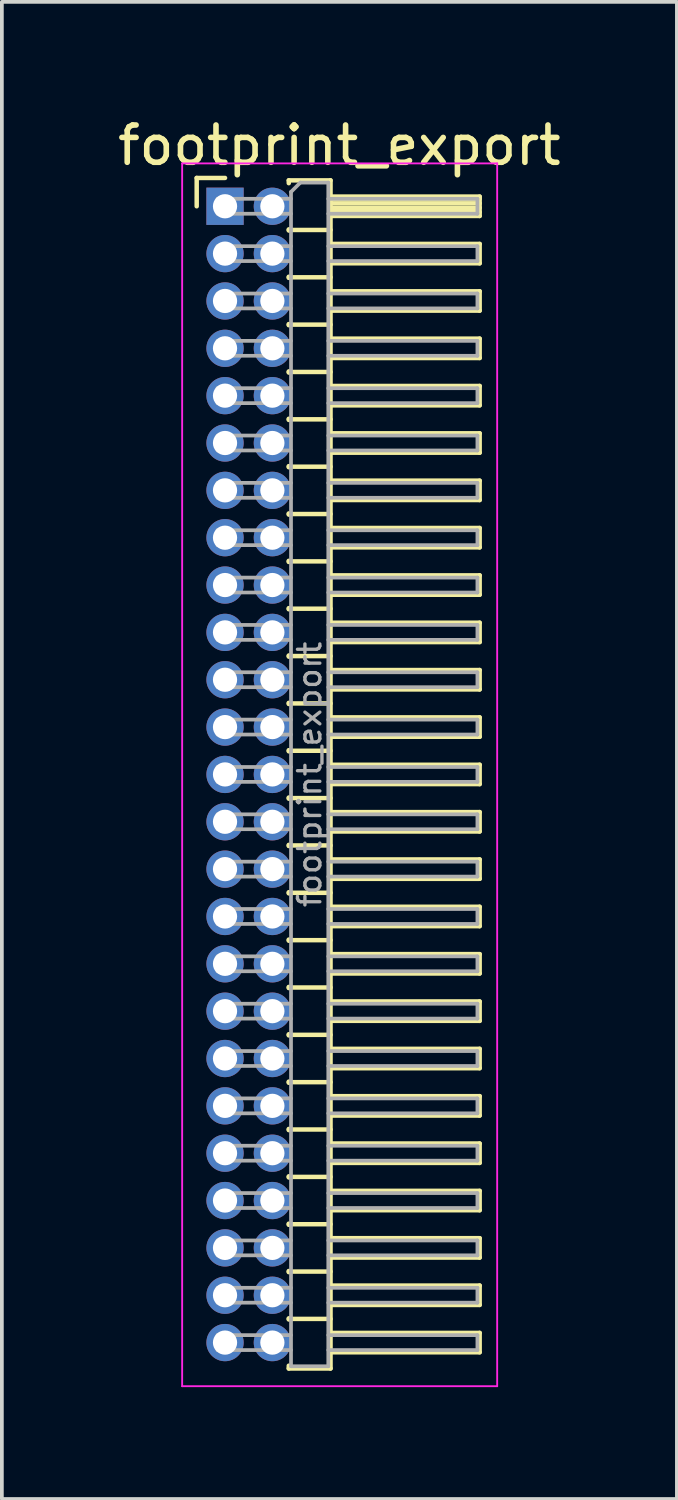
<source format=kicad_pcb>
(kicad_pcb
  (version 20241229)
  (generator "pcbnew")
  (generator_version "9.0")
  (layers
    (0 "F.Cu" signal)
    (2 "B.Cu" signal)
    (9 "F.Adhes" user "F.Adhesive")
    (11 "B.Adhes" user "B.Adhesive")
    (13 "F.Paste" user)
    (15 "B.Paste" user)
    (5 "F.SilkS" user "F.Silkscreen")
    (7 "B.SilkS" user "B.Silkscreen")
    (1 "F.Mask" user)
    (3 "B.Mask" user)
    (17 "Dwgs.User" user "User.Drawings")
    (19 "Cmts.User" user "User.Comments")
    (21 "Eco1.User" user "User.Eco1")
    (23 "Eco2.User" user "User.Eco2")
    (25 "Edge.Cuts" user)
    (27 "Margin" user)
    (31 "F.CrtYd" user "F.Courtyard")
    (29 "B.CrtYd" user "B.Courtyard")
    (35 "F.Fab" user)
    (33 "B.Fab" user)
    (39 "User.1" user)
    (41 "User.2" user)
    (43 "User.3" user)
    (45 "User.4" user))
  (footprint "footprint_export"
    (layer "F.Cu")
    (at 2.986 2.483)
    (property "Reference" "footprint_export" (at 3.067 -1.635 0) (layer "F.SilkS") (effects (font (size 1 1) (thickness 0.15))))
    (attr through_hole)
    (fp_line (start -0.76 -0.76) (end 0 -0.76) (stroke (width 0.12) (type solid)) (layer "F.SilkS"))
    (fp_line (start -0.76 0) (end -0.76 -0.76) (stroke (width 0.12) (type solid)) (layer "F.SilkS"))
    (fp_line (start 1.71 -0.695) (end 2.83 -0.695) (stroke (width 0.12) (type solid)) (layer "F.SilkS"))
    (fp_line (start 1.71 -0.62) (end 1.71 -0.695) (stroke (width 0.12) (type solid)) (layer "F.SilkS"))
    (fp_line (start 1.71 0.62) (end 1.71 0.65) (stroke (width 0.12) (type solid)) (layer "F.SilkS"))
    (fp_line (start 1.71 0.635) (end 2.83 0.635) (stroke (width 0.12) (type solid)) (layer "F.SilkS"))
    (fp_line (start 1.71 1.89) (end 1.71 1.92) (stroke (width 0.12) (type solid)) (layer "F.SilkS"))
    (fp_line (start 1.71 1.905) (end 2.83 1.905) (stroke (width 0.12) (type solid)) (layer "F.SilkS"))
    (fp_line (start 1.71 3.16) (end 1.71 3.19) (stroke (width 0.12) (type solid)) (layer "F.SilkS"))
    (fp_line (start 1.71 3.175) (end 2.83 3.175) (stroke (width 0.12) (type solid)) (layer "F.SilkS"))
    (fp_line (start 1.71 4.43) (end 1.71 4.46) (stroke (width 0.12) (type solid)) (layer "F.SilkS"))
    (fp_line (start 1.71 4.445) (end 2.83 4.445) (stroke (width 0.12) (type solid)) (layer "F.SilkS"))
    (fp_line (start 1.71 5.7) (end 1.71 5.73) (stroke (width 0.12) (type solid)) (layer "F.SilkS"))
    (fp_line (start 1.71 5.715) (end 2.83 5.715) (stroke (width 0.12) (type solid)) (layer "F.SilkS"))
    (fp_line (start 1.71 6.97) (end 1.71 7) (stroke (width 0.12) (type solid)) (layer "F.SilkS"))
    (fp_line (start 1.71 6.985) (end 2.83 6.985) (stroke (width 0.12) (type solid)) (layer "F.SilkS"))
    (fp_line (start 1.71 8.24) (end 1.71 8.27) (stroke (width 0.12) (type solid)) (layer "F.SilkS"))
    (fp_line (start 1.71 8.255) (end 2.83 8.255) (stroke (width 0.12) (type solid)) (layer "F.SilkS"))
    (fp_line (start 1.71 9.51) (end 1.71 9.54) (stroke (width 0.12) (type solid)) (layer "F.SilkS"))
    (fp_line (start 1.71 9.525) (end 2.83 9.525) (stroke (width 0.12) (type solid)) (layer "F.SilkS"))
    (fp_line (start 1.71 10.78) (end 1.71 10.81) (stroke (width 0.12) (type solid)) (layer "F.SilkS"))
    (fp_line (start 1.71 10.795) (end 2.83 10.795) (stroke (width 0.12) (type solid)) (layer "F.SilkS"))
    (fp_line (start 1.71 12.05) (end 1.71 12.08) (stroke (width 0.12) (type solid)) (layer "F.SilkS"))
    (fp_line (start 1.71 12.065) (end 2.83 12.065) (stroke (width 0.12) (type solid)) (layer "F.SilkS"))
    (fp_line (start 1.71 13.32) (end 1.71 13.35) (stroke (width 0.12) (type solid)) (layer "F.SilkS"))
    (fp_line (start 1.71 13.335) (end 2.83 13.335) (stroke (width 0.12) (type solid)) (layer "F.SilkS"))
    (fp_line (start 1.71 14.59) (end 1.71 14.62) (stroke (width 0.12) (type solid)) (layer "F.SilkS"))
    (fp_line (start 1.71 14.605) (end 2.83 14.605) (stroke (width 0.12) (type solid)) (layer "F.SilkS"))
    (fp_line (start 1.71 15.86) (end 1.71 15.89) (stroke (width 0.12) (type solid)) (layer "F.SilkS"))
    (fp_line (start 1.71 15.875) (end 2.83 15.875) (stroke (width 0.12) (type solid)) (layer "F.SilkS"))
    (fp_line (start 1.71 17.13) (end 1.71 17.16) (stroke (width 0.12) (type solid)) (layer "F.SilkS"))
    (fp_line (start 1.71 17.145) (end 2.83 17.145) (stroke (width 0.12) (type solid)) (layer "F.SilkS"))
    (fp_line (start 1.71 18.4) (end 1.71 18.43) (stroke (width 0.12) (type solid)) (layer "F.SilkS"))
    (fp_line (start 1.71 18.415) (end 2.83 18.415) (stroke (width 0.12) (type solid)) (layer "F.SilkS"))
    (fp_line (start 1.71 19.67) (end 1.71 19.7) (stroke (width 0.12) (type solid)) (layer "F.SilkS"))
    (fp_line (start 1.71 19.685) (end 2.83 19.685) (stroke (width 0.12) (type solid)) (layer "F.SilkS"))
    (fp_line (start 1.71 20.94) (end 1.71 20.97) (stroke (width 0.12) (type solid)) (layer "F.SilkS"))
    (fp_line (start 1.71 20.955) (end 2.83 20.955) (stroke (width 0.12) (type solid)) (layer "F.SilkS"))
    (fp_line (start 1.71 22.21) (end 1.71 22.24) (stroke (width 0.12) (type solid)) (layer "F.SilkS"))
    (fp_line (start 1.71 22.225) (end 2.83 22.225) (stroke (width 0.12) (type solid)) (layer "F.SilkS"))
    (fp_line (start 1.71 23.48) (end 1.71 23.51) (stroke (width 0.12) (type solid)) (layer "F.SilkS"))
    (fp_line (start 1.71 23.495) (end 2.83 23.495) (stroke (width 0.12) (type solid)) (layer "F.SilkS"))
    (fp_line (start 1.71 24.75) (end 1.71 24.78) (stroke (width 0.12) (type solid)) (layer "F.SilkS"))
    (fp_line (start 1.71 24.765) (end 2.83 24.765) (stroke (width 0.12) (type solid)) (layer "F.SilkS"))
    (fp_line (start 1.71 26.02) (end 1.71 26.05) (stroke (width 0.12) (type solid)) (layer "F.SilkS"))
    (fp_line (start 1.71 26.035) (end 2.83 26.035) (stroke (width 0.12) (type solid)) (layer "F.SilkS"))
    (fp_line (start 1.71 27.29) (end 1.71 27.32) (stroke (width 0.12) (type solid)) (layer "F.SilkS"))
    (fp_line (start 1.71 27.305) (end 2.83 27.305) (stroke (width 0.12) (type solid)) (layer "F.SilkS"))
    (fp_line (start 1.71 28.56) (end 1.71 28.59) (stroke (width 0.12) (type solid)) (layer "F.SilkS"))
    (fp_line (start 1.71 28.575) (end 2.83 28.575) (stroke (width 0.12) (type solid)) (layer "F.SilkS"))
    (fp_line (start 1.71 29.83) (end 1.71 29.86) (stroke (width 0.12) (type solid)) (layer "F.SilkS"))
    (fp_line (start 1.71 29.845) (end 2.83 29.845) (stroke (width 0.12) (type solid)) (layer "F.SilkS"))
    (fp_line (start 1.71 31.175) (end 1.71 31.1) (stroke (width 0.12) (type solid)) (layer "F.SilkS"))
    (fp_line (start 2.83 -0.695) (end 2.83 31.175) (stroke (width 0.12) (type solid)) (layer "F.SilkS"))
    (fp_line (start 2.83 -0.26) (end 6.83 -0.26) (stroke (width 0.12) (type solid)) (layer "F.SilkS"))
    (fp_line (start 2.83 -0.2) (end 6.83 -0.2) (stroke (width 0.12) (type solid)) (layer "F.SilkS"))
    (fp_line (start 2.83 -0.08) (end 6.83 -0.08) (stroke (width 0.12) (type solid)) (layer "F.SilkS"))
    (fp_line (start 2.83 0.04) (end 6.83 0.04) (stroke (width 0.12) (type solid)) (layer "F.SilkS"))
    (fp_line (start 2.83 0.16) (end 6.83 0.16) (stroke (width 0.12) (type solid)) (layer "F.SilkS"))
    (fp_line (start 2.83 1.01) (end 6.83 1.01) (stroke (width 0.12) (type solid)) (layer "F.SilkS"))
    (fp_line (start 2.83 2.28) (end 6.83 2.28) (stroke (width 0.12) (type solid)) (layer "F.SilkS"))
    (fp_line (start 2.83 3.55) (end 6.83 3.55) (stroke (width 0.12) (type solid)) (layer "F.SilkS"))
    (fp_line (start 2.83 4.82) (end 6.83 4.82) (stroke (width 0.12) (type solid)) (layer "F.SilkS"))
    (fp_line (start 2.83 6.09) (end 6.83 6.09) (stroke (width 0.12) (type solid)) (layer "F.SilkS"))
    (fp_line (start 2.83 7.36) (end 6.83 7.36) (stroke (width 0.12) (type solid)) (layer "F.SilkS"))
    (fp_line (start 2.83 8.63) (end 6.83 8.63) (stroke (width 0.12) (type solid)) (layer "F.SilkS"))
    (fp_line (start 2.83 9.9) (end 6.83 9.9) (stroke (width 0.12) (type solid)) (layer "F.SilkS"))
    (fp_line (start 2.83 11.17) (end 6.83 11.17) (stroke (width 0.12) (type solid)) (layer "F.SilkS"))
    (fp_line (start 2.83 12.44) (end 6.83 12.44) (stroke (width 0.12) (type solid)) (layer "F.SilkS"))
    (fp_line (start 2.83 13.71) (end 6.83 13.71) (stroke (width 0.12) (type solid)) (layer "F.SilkS"))
    (fp_line (start 2.83 14.98) (end 6.83 14.98) (stroke (width 0.12) (type solid)) (layer "F.SilkS"))
    (fp_line (start 2.83 16.25) (end 6.83 16.25) (stroke (width 0.12) (type solid)) (layer "F.SilkS"))
    (fp_line (start 2.83 17.52) (end 6.83 17.52) (stroke (width 0.12) (type solid)) (layer "F.SilkS"))
    (fp_line (start 2.83 18.79) (end 6.83 18.79) (stroke (width 0.12) (type solid)) (layer "F.SilkS"))
    (fp_line (start 2.83 20.06) (end 6.83 20.06) (stroke (width 0.12) (type solid)) (layer "F.SilkS"))
    (fp_line (start 2.83 21.33) (end 6.83 21.33) (stroke (width 0.12) (type solid)) (layer "F.SilkS"))
    (fp_line (start 2.83 22.6) (end 6.83 22.6) (stroke (width 0.12) (type solid)) (layer "F.SilkS"))
    (fp_line (start 2.83 23.87) (end 6.83 23.87) (stroke (width 0.12) (type solid)) (layer "F.SilkS"))
    (fp_line (start 2.83 25.14) (end 6.83 25.14) (stroke (width 0.12) (type solid)) (layer "F.SilkS"))
    (fp_line (start 2.83 26.41) (end 6.83 26.41) (stroke (width 0.12) (type solid)) (layer "F.SilkS"))
    (fp_line (start 2.83 27.68) (end 6.83 27.68) (stroke (width 0.12) (type solid)) (layer "F.SilkS"))
    (fp_line (start 2.83 28.95) (end 6.83 28.95) (stroke (width 0.12) (type solid)) (layer "F.SilkS"))
    (fp_line (start 2.83 30.22) (end 6.83 30.22) (stroke (width 0.12) (type solid)) (layer "F.SilkS"))
    (fp_line (start 2.83 31.175) (end 1.71 31.175) (stroke (width 0.12) (type solid)) (layer "F.SilkS"))
    (fp_line (start 6.83 -0.26) (end 6.83 0.26) (stroke (width 0.12) (type solid)) (layer "F.SilkS"))
    (fp_line (start 6.83 0.26) (end 2.83 0.26) (stroke (width 0.12) (type solid)) (layer "F.SilkS"))
    (fp_line (start 6.83 1.01) (end 6.83 1.53) (stroke (width 0.12) (type solid)) (layer "F.SilkS"))
    (fp_line (start 6.83 1.53) (end 2.83 1.53) (stroke (width 0.12) (type solid)) (layer "F.SilkS"))
    (fp_line (start 6.83 2.28) (end 6.83 2.8) (stroke (width 0.12) (type solid)) (layer "F.SilkS"))
    (fp_line (start 6.83 2.8) (end 2.83 2.8) (stroke (width 0.12) (type solid)) (layer "F.SilkS"))
    (fp_line (start 6.83 3.55) (end 6.83 4.07) (stroke (width 0.12) (type solid)) (layer "F.SilkS"))
    (fp_line (start 6.83 4.07) (end 2.83 4.07) (stroke (width 0.12) (type solid)) (layer "F.SilkS"))
    (fp_line (start 6.83 4.82) (end 6.83 5.34) (stroke (width 0.12) (type solid)) (layer "F.SilkS"))
    (fp_line (start 6.83 5.34) (end 2.83 5.34) (stroke (width 0.12) (type solid)) (layer "F.SilkS"))
    (fp_line (start 6.83 6.09) (end 6.83 6.61) (stroke (width 0.12) (type solid)) (layer "F.SilkS"))
    (fp_line (start 6.83 6.61) (end 2.83 6.61) (stroke (width 0.12) (type solid)) (layer "F.SilkS"))
    (fp_line (start 6.83 7.36) (end 6.83 7.88) (stroke (width 0.12) (type solid)) (layer "F.SilkS"))
    (fp_line (start 6.83 7.88) (end 2.83 7.88) (stroke (width 0.12) (type solid)) (layer "F.SilkS"))
    (fp_line (start 6.83 8.63) (end 6.83 9.15) (stroke (width 0.12) (type solid)) (layer "F.SilkS"))
    (fp_line (start 6.83 9.15) (end 2.83 9.15) (stroke (width 0.12) (type solid)) (layer "F.SilkS"))
    (fp_line (start 6.83 9.9) (end 6.83 10.42) (stroke (width 0.12) (type solid)) (layer "F.SilkS"))
    (fp_line (start 6.83 10.42) (end 2.83 10.42) (stroke (width 0.12) (type solid)) (layer "F.SilkS"))
    (fp_line (start 6.83 11.17) (end 6.83 11.69) (stroke (width 0.12) (type solid)) (layer "F.SilkS"))
    (fp_line (start 6.83 11.69) (end 2.83 11.69) (stroke (width 0.12) (type solid)) (layer "F.SilkS"))
    (fp_line (start 6.83 12.44) (end 6.83 12.96) (stroke (width 0.12) (type solid)) (layer "F.SilkS"))
    (fp_line (start 6.83 12.96) (end 2.83 12.96) (stroke (width 0.12) (type solid)) (layer "F.SilkS"))
    (fp_line (start 6.83 13.71) (end 6.83 14.23) (stroke (width 0.12) (type solid)) (layer "F.SilkS"))
    (fp_line (start 6.83 14.23) (end 2.83 14.23) (stroke (width 0.12) (type solid)) (layer "F.SilkS"))
    (fp_line (start 6.83 14.98) (end 6.83 15.5) (stroke (width 0.12) (type solid)) (layer "F.SilkS"))
    (fp_line (start 6.83 15.5) (end 2.83 15.5) (stroke (width 0.12) (type solid)) (layer "F.SilkS"))
    (fp_line (start 6.83 16.25) (end 6.83 16.77) (stroke (width 0.12) (type solid)) (layer "F.SilkS"))
    (fp_line (start 6.83 16.77) (end 2.83 16.77) (stroke (width 0.12) (type solid)) (layer "F.SilkS"))
    (fp_line (start 6.83 17.52) (end 6.83 18.04) (stroke (width 0.12) (type solid)) (layer "F.SilkS"))
    (fp_line (start 6.83 18.04) (end 2.83 18.04) (stroke (width 0.12) (type solid)) (layer "F.SilkS"))
    (fp_line (start 6.83 18.79) (end 6.83 19.31) (stroke (width 0.12) (type solid)) (layer "F.SilkS"))
    (fp_line (start 6.83 19.31) (end 2.83 19.31) (stroke (width 0.12) (type solid)) (layer "F.SilkS"))
    (fp_line (start 6.83 20.06) (end 6.83 20.58) (stroke (width 0.12) (type solid)) (layer "F.SilkS"))
    (fp_line (start 6.83 20.58) (end 2.83 20.58) (stroke (width 0.12) (type solid)) (layer "F.SilkS"))
    (fp_line (start 6.83 21.33) (end 6.83 21.85) (stroke (width 0.12) (type solid)) (layer "F.SilkS"))
    (fp_line (start 6.83 21.85) (end 2.83 21.85) (stroke (width 0.12) (type solid)) (layer "F.SilkS"))
    (fp_line (start 6.83 22.6) (end 6.83 23.12) (stroke (width 0.12) (type solid)) (layer "F.SilkS"))
    (fp_line (start 6.83 23.12) (end 2.83 23.12) (stroke (width 0.12) (type solid)) (layer "F.SilkS"))
    (fp_line (start 6.83 23.87) (end 6.83 24.39) (stroke (width 0.12) (type solid)) (layer "F.SilkS"))
    (fp_line (start 6.83 24.39) (end 2.83 24.39) (stroke (width 0.12) (type solid)) (layer "F.SilkS"))
    (fp_line (start 6.83 25.14) (end 6.83 25.66) (stroke (width 0.12) (type solid)) (layer "F.SilkS"))
    (fp_line (start 6.83 25.66) (end 2.83 25.66) (stroke (width 0.12) (type solid)) (layer "F.SilkS"))
    (fp_line (start 6.83 26.41) (end 6.83 26.93) (stroke (width 0.12) (type solid)) (layer "F.SilkS"))
    (fp_line (start 6.83 26.93) (end 2.83 26.93) (stroke (width 0.12) (type solid)) (layer "F.SilkS"))
    (fp_line (start 6.83 27.68) (end 6.83 28.2) (stroke (width 0.12) (type solid)) (layer "F.SilkS"))
    (fp_line (start 6.83 28.2) (end 2.83 28.2) (stroke (width 0.12) (type solid)) (layer "F.SilkS"))
    (fp_line (start 6.83 28.95) (end 6.83 29.47) (stroke (width 0.12) (type solid)) (layer "F.SilkS"))
    (fp_line (start 6.83 29.47) (end 2.83 29.47) (stroke (width 0.12) (type solid)) (layer "F.SilkS"))
    (fp_line (start 6.83 30.22) (end 6.83 30.74) (stroke (width 0.12) (type solid)) (layer "F.SilkS"))
    (fp_line (start 6.83 30.74) (end 2.83 30.74) (stroke (width 0.12) (type solid)) (layer "F.SilkS"))
    (fp_line (start -1.15 -1.15) (end -1.15 31.65) (stroke (width 0.05) (type solid)) (layer "F.CrtYd"))
    (fp_line (start -1.15 31.65) (end 7.3 31.65) (stroke (width 0.05) (type solid)) (layer "F.CrtYd"))
    (fp_line (start 7.3 -1.15) (end -1.15 -1.15) (stroke (width 0.05) (type solid)) (layer "F.CrtYd"))
    (fp_line (start 7.3 31.65) (end 7.3 -1.15) (stroke (width 0.05) (type solid)) (layer "F.CrtYd"))
    (fp_line (start -0.2 -0.2) (end -0.2 0.2) (stroke (width 0.1) (type solid)) (layer "F.Fab"))
    (fp_line (start -0.2 -0.2) (end 1.77 -0.2) (stroke (width 0.1) (type solid)) (layer "F.Fab"))
    (fp_line (start -0.2 0.2) (end 1.77 0.2) (stroke (width 0.1) (type solid)) (layer "F.Fab"))
    (fp_line (start -0.2 1.07) (end -0.2 1.47) (stroke (width 0.1) (type solid)) (layer "F.Fab"))
    (fp_line (start -0.2 1.07) (end 1.77 1.07) (stroke (width 0.1) (type solid)) (layer "F.Fab"))
    (fp_line (start -0.2 1.47) (end 1.77 1.47) (stroke (width 0.1) (type solid)) (layer "F.Fab"))
    (fp_line (start -0.2 2.34) (end -0.2 2.74) (stroke (width 0.1) (type solid)) (layer "F.Fab"))
    (fp_line (start -0.2 2.34) (end 1.77 2.34) (stroke (width 0.1) (type solid)) (layer "F.Fab"))
    (fp_line (start -0.2 2.74) (end 1.77 2.74) (stroke (width 0.1) (type solid)) (layer "F.Fab"))
    (fp_line (start -0.2 3.61) (end -0.2 4.01) (stroke (width 0.1) (type solid)) (layer "F.Fab"))
    (fp_line (start -0.2 3.61) (end 1.77 3.61) (stroke (width 0.1) (type solid)) (layer "F.Fab"))
    (fp_line (start -0.2 4.01) (end 1.77 4.01) (stroke (width 0.1) (type solid)) (layer "F.Fab"))
    (fp_line (start -0.2 4.88) (end -0.2 5.28) (stroke (width 0.1) (type solid)) (layer "F.Fab"))
    (fp_line (start -0.2 4.88) (end 1.77 4.88) (stroke (width 0.1) (type solid)) (layer "F.Fab"))
    (fp_line (start -0.2 5.28) (end 1.77 5.28) (stroke (width 0.1) (type solid)) (layer "F.Fab"))
    (fp_line (start -0.2 6.15) (end -0.2 6.55) (stroke (width 0.1) (type solid)) (layer "F.Fab"))
    (fp_line (start -0.2 6.15) (end 1.77 6.15) (stroke (width 0.1) (type solid)) (layer "F.Fab"))
    (fp_line (start -0.2 6.55) (end 1.77 6.55) (stroke (width 0.1) (type solid)) (layer "F.Fab"))
    (fp_line (start -0.2 7.42) (end -0.2 7.82) (stroke (width 0.1) (type solid)) (layer "F.Fab"))
    (fp_line (start -0.2 7.42) (end 1.77 7.42) (stroke (width 0.1) (type solid)) (layer "F.Fab"))
    (fp_line (start -0.2 7.82) (end 1.77 7.82) (stroke (width 0.1) (type solid)) (layer "F.Fab"))
    (fp_line (start -0.2 8.69) (end -0.2 9.09) (stroke (width 0.1) (type solid)) (layer "F.Fab"))
    (fp_line (start -0.2 8.69) (end 1.77 8.69) (stroke (width 0.1) (type solid)) (layer "F.Fab"))
    (fp_line (start -0.2 9.09) (end 1.77 9.09) (stroke (width 0.1) (type solid)) (layer "F.Fab"))
    (fp_line (start -0.2 9.96) (end -0.2 10.36) (stroke (width 0.1) (type solid)) (layer "F.Fab"))
    (fp_line (start -0.2 9.96) (end 1.77 9.96) (stroke (width 0.1) (type solid)) (layer "F.Fab"))
    (fp_line (start -0.2 10.36) (end 1.77 10.36) (stroke (width 0.1) (type solid)) (layer "F.Fab"))
    (fp_line (start -0.2 11.23) (end -0.2 11.63) (stroke (width 0.1) (type solid)) (layer "F.Fab"))
    (fp_line (start -0.2 11.23) (end 1.77 11.23) (stroke (width 0.1) (type solid)) (layer "F.Fab"))
    (fp_line (start -0.2 11.63) (end 1.77 11.63) (stroke (width 0.1) (type solid)) (layer "F.Fab"))
    (fp_line (start -0.2 12.5) (end -0.2 12.9) (stroke (width 0.1) (type solid)) (layer "F.Fab"))
    (fp_line (start -0.2 12.5) (end 1.77 12.5) (stroke (width 0.1) (type solid)) (layer "F.Fab"))
    (fp_line (start -0.2 12.9) (end 1.77 12.9) (stroke (width 0.1) (type solid)) (layer "F.Fab"))
    (fp_line (start -0.2 13.77) (end -0.2 14.17) (stroke (width 0.1) (type solid)) (layer "F.Fab"))
    (fp_line (start -0.2 13.77) (end 1.77 13.77) (stroke (width 0.1) (type solid)) (layer "F.Fab"))
    (fp_line (start -0.2 14.17) (end 1.77 14.17) (stroke (width 0.1) (type solid)) (layer "F.Fab"))
    (fp_line (start -0.2 15.04) (end -0.2 15.44) (stroke (width 0.1) (type solid)) (layer "F.Fab"))
    (fp_line (start -0.2 15.04) (end 1.77 15.04) (stroke (width 0.1) (type solid)) (layer "F.Fab"))
    (fp_line (start -0.2 15.44) (end 1.77 15.44) (stroke (width 0.1) (type solid)) (layer "F.Fab"))
    (fp_line (start -0.2 16.31) (end -0.2 16.71) (stroke (width 0.1) (type solid)) (layer "F.Fab"))
    (fp_line (start -0.2 16.31) (end 1.77 16.31) (stroke (width 0.1) (type solid)) (layer "F.Fab"))
    (fp_line (start -0.2 16.71) (end 1.77 16.71) (stroke (width 0.1) (type solid)) (layer "F.Fab"))
    (fp_line (start -0.2 17.58) (end -0.2 17.98) (stroke (width 0.1) (type solid)) (layer "F.Fab"))
    (fp_line (start -0.2 17.58) (end 1.77 17.58) (stroke (width 0.1) (type solid)) (layer "F.Fab"))
    (fp_line (start -0.2 17.98) (end 1.77 17.98) (stroke (width 0.1) (type solid)) (layer "F.Fab"))
    (fp_line (start -0.2 18.85) (end -0.2 19.25) (stroke (width 0.1) (type solid)) (layer "F.Fab"))
    (fp_line (start -0.2 18.85) (end 1.77 18.85) (stroke (width 0.1) (type solid)) (layer "F.Fab"))
    (fp_line (start -0.2 19.25) (end 1.77 19.25) (stroke (width 0.1) (type solid)) (layer "F.Fab"))
    (fp_line (start -0.2 20.12) (end -0.2 20.52) (stroke (width 0.1) (type solid)) (layer "F.Fab"))
    (fp_line (start -0.2 20.12) (end 1.77 20.12) (stroke (width 0.1) (type solid)) (layer "F.Fab"))
    (fp_line (start -0.2 20.52) (end 1.77 20.52) (stroke (width 0.1) (type solid)) (layer "F.Fab"))
    (fp_line (start -0.2 21.39) (end -0.2 21.79) (stroke (width 0.1) (type solid)) (layer "F.Fab"))
    (fp_line (start -0.2 21.39) (end 1.77 21.39) (stroke (width 0.1) (type solid)) (layer "F.Fab"))
    (fp_line (start -0.2 21.79) (end 1.77 21.79) (stroke (width 0.1) (type solid)) (layer "F.Fab"))
    (fp_line (start -0.2 22.66) (end -0.2 23.06) (stroke (width 0.1) (type solid)) (layer "F.Fab"))
    (fp_line (start -0.2 22.66) (end 1.77 22.66) (stroke (width 0.1) (type solid)) (layer "F.Fab"))
    (fp_line (start -0.2 23.06) (end 1.77 23.06) (stroke (width 0.1) (type solid)) (layer "F.Fab"))
    (fp_line (start -0.2 23.93) (end -0.2 24.33) (stroke (width 0.1) (type solid)) (layer "F.Fab"))
    (fp_line (start -0.2 23.93) (end 1.77 23.93) (stroke (width 0.1) (type solid)) (layer "F.Fab"))
    (fp_line (start -0.2 24.33) (end 1.77 24.33) (stroke (width 0.1) (type solid)) (layer "F.Fab"))
    (fp_line (start -0.2 25.2) (end -0.2 25.6) (stroke (width 0.1) (type solid)) (layer "F.Fab"))
    (fp_line (start -0.2 25.2) (end 1.77 25.2) (stroke (width 0.1) (type solid)) (layer "F.Fab"))
    (fp_line (start -0.2 25.6) (end 1.77 25.6) (stroke (width 0.1) (type solid)) (layer "F.Fab"))
    (fp_line (start -0.2 26.47) (end -0.2 26.87) (stroke (width 0.1) (type solid)) (layer "F.Fab"))
    (fp_line (start -0.2 26.47) (end 1.77 26.47) (stroke (width 0.1) (type solid)) (layer "F.Fab"))
    (fp_line (start -0.2 26.87) (end 1.77 26.87) (stroke (width 0.1) (type solid)) (layer "F.Fab"))
    (fp_line (start -0.2 27.74) (end -0.2 28.14) (stroke (width 0.1) (type solid)) (layer "F.Fab"))
    (fp_line (start -0.2 27.74) (end 1.77 27.74) (stroke (width 0.1) (type solid)) (layer "F.Fab"))
    (fp_line (start -0.2 28.14) (end 1.77 28.14) (stroke (width 0.1) (type solid)) (layer "F.Fab"))
    (fp_line (start -0.2 29.01) (end -0.2 29.41) (stroke (width 0.1) (type solid)) (layer "F.Fab"))
    (fp_line (start -0.2 29.01) (end 1.77 29.01) (stroke (width 0.1) (type solid)) (layer "F.Fab"))
    (fp_line (start -0.2 29.41) (end 1.77 29.41) (stroke (width 0.1) (type solid)) (layer "F.Fab"))
    (fp_line (start -0.2 30.28) (end -0.2 30.68) (stroke (width 0.1) (type solid)) (layer "F.Fab"))
    (fp_line (start -0.2 30.28) (end 1.77 30.28) (stroke (width 0.1) (type solid)) (layer "F.Fab"))
    (fp_line (start -0.2 30.68) (end 1.77 30.68) (stroke (width 0.1) (type solid)) (layer "F.Fab"))
    (fp_line (start 1.77 -0.385) (end 2.02 -0.635) (stroke (width 0.1) (type solid)) (layer "F.Fab"))
    (fp_line (start 1.77 31.115) (end 1.77 -0.385) (stroke (width 0.1) (type solid)) (layer "F.Fab"))
    (fp_line (start 2.02 -0.635) (end 2.77 -0.635) (stroke (width 0.1) (type solid)) (layer "F.Fab"))
    (fp_line (start 2.77 -0.635) (end 2.77 31.115) (stroke (width 0.1) (type solid)) (layer "F.Fab"))
    (fp_line (start 2.77 -0.2) (end 6.77 -0.2) (stroke (width 0.1) (type solid)) (layer "F.Fab"))
    (fp_line (start 2.77 0.2) (end 6.77 0.2) (stroke (width 0.1) (type solid)) (layer "F.Fab"))
    (fp_line (start 2.77 1.07) (end 6.77 1.07) (stroke (width 0.1) (type solid)) (layer "F.Fab"))
    (fp_line (start 2.77 1.47) (end 6.77 1.47) (stroke (width 0.1) (type solid)) (layer "F.Fab"))
    (fp_line (start 2.77 2.34) (end 6.77 2.34) (stroke (width 0.1) (type solid)) (layer "F.Fab"))
    (fp_line (start 2.77 2.74) (end 6.77 2.74) (stroke (width 0.1) (type solid)) (layer "F.Fab"))
    (fp_line (start 2.77 3.61) (end 6.77 3.61) (stroke (width 0.1) (type solid)) (layer "F.Fab"))
    (fp_line (start 2.77 4.01) (end 6.77 4.01) (stroke (width 0.1) (type solid)) (layer "F.Fab"))
    (fp_line (start 2.77 4.88) (end 6.77 4.88) (stroke (width 0.1) (type solid)) (layer "F.Fab"))
    (fp_line (start 2.77 5.28) (end 6.77 5.28) (stroke (width 0.1) (type solid)) (layer "F.Fab"))
    (fp_line (start 2.77 6.15) (end 6.77 6.15) (stroke (width 0.1) (type solid)) (layer "F.Fab"))
    (fp_line (start 2.77 6.55) (end 6.77 6.55) (stroke (width 0.1) (type solid)) (layer "F.Fab"))
    (fp_line (start 2.77 7.42) (end 6.77 7.42) (stroke (width 0.1) (type solid)) (layer "F.Fab"))
    (fp_line (start 2.77 7.82) (end 6.77 7.82) (stroke (width 0.1) (type solid)) (layer "F.Fab"))
    (fp_line (start 2.77 8.69) (end 6.77 8.69) (stroke (width 0.1) (type solid)) (layer "F.Fab"))
    (fp_line (start 2.77 9.09) (end 6.77 9.09) (stroke (width 0.1) (type solid)) (layer "F.Fab"))
    (fp_line (start 2.77 9.96) (end 6.77 9.96) (stroke (width 0.1) (type solid)) (layer "F.Fab"))
    (fp_line (start 2.77 10.36) (end 6.77 10.36) (stroke (width 0.1) (type solid)) (layer "F.Fab"))
    (fp_line (start 2.77 11.23) (end 6.77 11.23) (stroke (width 0.1) (type solid)) (layer "F.Fab"))
    (fp_line (start 2.77 11.63) (end 6.77 11.63) (stroke (width 0.1) (type solid)) (layer "F.Fab"))
    (fp_line (start 2.77 12.5) (end 6.77 12.5) (stroke (width 0.1) (type solid)) (layer "F.Fab"))
    (fp_line (start 2.77 12.9) (end 6.77 12.9) (stroke (width 0.1) (type solid)) (layer "F.Fab"))
    (fp_line (start 2.77 13.77) (end 6.77 13.77) (stroke (width 0.1) (type solid)) (layer "F.Fab"))
    (fp_line (start 2.77 14.17) (end 6.77 14.17) (stroke (width 0.1) (type solid)) (layer "F.Fab"))
    (fp_line (start 2.77 15.04) (end 6.77 15.04) (stroke (width 0.1) (type solid)) (layer "F.Fab"))
    (fp_line (start 2.77 15.44) (end 6.77 15.44) (stroke (width 0.1) (type solid)) (layer "F.Fab"))
    (fp_line (start 2.77 16.31) (end 6.77 16.31) (stroke (width 0.1) (type solid)) (layer "F.Fab"))
    (fp_line (start 2.77 16.71) (end 6.77 16.71) (stroke (width 0.1) (type solid)) (layer "F.Fab"))
    (fp_line (start 2.77 17.58) (end 6.77 17.58) (stroke (width 0.1) (type solid)) (layer "F.Fab"))
    (fp_line (start 2.77 17.98) (end 6.77 17.98) (stroke (width 0.1) (type solid)) (layer "F.Fab"))
    (fp_line (start 2.77 18.85) (end 6.77 18.85) (stroke (width 0.1) (type solid)) (layer "F.Fab"))
    (fp_line (start 2.77 19.25) (end 6.77 19.25) (stroke (width 0.1) (type solid)) (layer "F.Fab"))
    (fp_line (start 2.77 20.12) (end 6.77 20.12) (stroke (width 0.1) (type solid)) (layer "F.Fab"))
    (fp_line (start 2.77 20.52) (end 6.77 20.52) (stroke (width 0.1) (type solid)) (layer "F.Fab"))
    (fp_line (start 2.77 21.39) (end 6.77 21.39) (stroke (width 0.1) (type solid)) (layer "F.Fab"))
    (fp_line (start 2.77 21.79) (end 6.77 21.79) (stroke (width 0.1) (type solid)) (layer "F.Fab"))
    (fp_line (start 2.77 22.66) (end 6.77 22.66) (stroke (width 0.1) (type solid)) (layer "F.Fab"))
    (fp_line (start 2.77 23.06) (end 6.77 23.06) (stroke (width 0.1) (type solid)) (layer "F.Fab"))
    (fp_line (start 2.77 23.93) (end 6.77 23.93) (stroke (width 0.1) (type solid)) (layer "F.Fab"))
    (fp_line (start 2.77 24.33) (end 6.77 24.33) (stroke (width 0.1) (type solid)) (layer "F.Fab"))
    (fp_line (start 2.77 25.2) (end 6.77 25.2) (stroke (width 0.1) (type solid)) (layer "F.Fab"))
    (fp_line (start 2.77 25.6) (end 6.77 25.6) (stroke (width 0.1) (type solid)) (layer "F.Fab"))
    (fp_line (start 2.77 26.47) (end 6.77 26.47) (stroke (width 0.1) (type solid)) (layer "F.Fab"))
    (fp_line (start 2.77 26.87) (end 6.77 26.87) (stroke (width 0.1) (type solid)) (layer "F.Fab"))
    (fp_line (start 2.77 27.74) (end 6.77 27.74) (stroke (width 0.1) (type solid)) (layer "F.Fab"))
    (fp_line (start 2.77 28.14) (end 6.77 28.14) (stroke (width 0.1) (type solid)) (layer "F.Fab"))
    (fp_line (start 2.77 29.01) (end 6.77 29.01) (stroke (width 0.1) (type solid)) (layer "F.Fab"))
    (fp_line (start 2.77 29.41) (end 6.77 29.41) (stroke (width 0.1) (type solid)) (layer "F.Fab"))
    (fp_line (start 2.77 30.28) (end 6.77 30.28) (stroke (width 0.1) (type solid)) (layer "F.Fab"))
    (fp_line (start 2.77 30.68) (end 6.77 30.68) (stroke (width 0.1) (type solid)) (layer "F.Fab"))
    (fp_line (start 2.77 31.115) (end 1.77 31.115) (stroke (width 0.1) (type solid)) (layer "F.Fab"))
    (fp_line (start 6.77 -0.2) (end 6.77 0.2) (stroke (width 0.1) (type solid)) (layer "F.Fab"))
    (fp_line (start 6.77 1.07) (end 6.77 1.47) (stroke (width 0.1) (type solid)) (layer "F.Fab"))
    (fp_line (start 6.77 2.34) (end 6.77 2.74) (stroke (width 0.1) (type solid)) (layer "F.Fab"))
    (fp_line (start 6.77 3.61) (end 6.77 4.01) (stroke (width 0.1) (type solid)) (layer "F.Fab"))
    (fp_line (start 6.77 4.88) (end 6.77 5.28) (stroke (width 0.1) (type solid)) (layer "F.Fab"))
    (fp_line (start 6.77 6.15) (end 6.77 6.55) (stroke (width 0.1) (type solid)) (layer "F.Fab"))
    (fp_line (start 6.77 7.42) (end 6.77 7.82) (stroke (width 0.1) (type solid)) (layer "F.Fab"))
    (fp_line (start 6.77 8.69) (end 6.77 9.09) (stroke (width 0.1) (type solid)) (layer "F.Fab"))
    (fp_line (start 6.77 9.96) (end 6.77 10.36) (stroke (width 0.1) (type solid)) (layer "F.Fab"))
    (fp_line (start 6.77 11.23) (end 6.77 11.63) (stroke (width 0.1) (type solid)) (layer "F.Fab"))
    (fp_line (start 6.77 12.5) (end 6.77 12.9) (stroke (width 0.1) (type solid)) (layer "F.Fab"))
    (fp_line (start 6.77 13.77) (end 6.77 14.17) (stroke (width 0.1) (type solid)) (layer "F.Fab"))
    (fp_line (start 6.77 15.04) (end 6.77 15.44) (stroke (width 0.1) (type solid)) (layer "F.Fab"))
    (fp_line (start 6.77 16.31) (end 6.77 16.71) (stroke (width 0.1) (type solid)) (layer "F.Fab"))
    (fp_line (start 6.77 17.58) (end 6.77 17.98) (stroke (width 0.1) (type solid)) (layer "F.Fab"))
    (fp_line (start 6.77 18.85) (end 6.77 19.25) (stroke (width 0.1) (type solid)) (layer "F.Fab"))
    (fp_line (start 6.77 20.12) (end 6.77 20.52) (stroke (width 0.1) (type solid)) (layer "F.Fab"))
    (fp_line (start 6.77 21.39) (end 6.77 21.79) (stroke (width 0.1) (type solid)) (layer "F.Fab"))
    (fp_line (start 6.77 22.66) (end 6.77 23.06) (stroke (width 0.1) (type solid)) (layer "F.Fab"))
    (fp_line (start 6.77 23.93) (end 6.77 24.33) (stroke (width 0.1) (type solid)) (layer "F.Fab"))
    (fp_line (start 6.77 25.2) (end 6.77 25.6) (stroke (width 0.1) (type solid)) (layer "F.Fab"))
    (fp_line (start 6.77 26.47) (end 6.77 26.87) (stroke (width 0.1) (type solid)) (layer "F.Fab"))
    (fp_line (start 6.77 27.74) (end 6.77 28.14) (stroke (width 0.1) (type solid)) (layer "F.Fab"))
    (fp_line (start 6.77 29.01) (end 6.77 29.41) (stroke (width 0.1) (type solid)) (layer "F.Fab"))
    (fp_line (start 6.77 30.28) (end 6.77 30.68) (stroke (width 0.1) (type solid)) (layer "F.Fab"))
    (fp_text user "${REFERENCE}" (at 2.27 15.24 90) (layer "F.Fab") (effects (font (size 0.6 0.6) (thickness 0.09))))
    (pad "1" thru_hole rect (at 0 0) (size 1 1) (drill 0.65) (layers "*.Cu" "*.Mask"))
    (pad "2" thru_hole oval (at 1.27 0) (size 1 1) (drill 0.65) (layers "*.Cu" "*.Mask"))
    (pad "3" thru_hole oval (at 0 1.27) (size 1 1) (drill 0.65) (layers "*.Cu" "*.Mask"))
    (pad "4" thru_hole oval (at 1.27 1.27) (size 1 1) (drill 0.65) (layers "*.Cu" "*.Mask"))
    (pad "5" thru_hole oval (at 0 2.54) (size 1 1) (drill 0.65) (layers "*.Cu" "*.Mask"))
    (pad "6" thru_hole oval (at 1.27 2.54) (size 1 1) (drill 0.65) (layers "*.Cu" "*.Mask"))
    (pad "7" thru_hole oval (at 0 3.81) (size 1 1) (drill 0.65) (layers "*.Cu" "*.Mask"))
    (pad "8" thru_hole oval (at 1.27 3.81) (size 1 1) (drill 0.65) (layers "*.Cu" "*.Mask"))
    (pad "9" thru_hole oval (at 0 5.08) (size 1 1) (drill 0.65) (layers "*.Cu" "*.Mask"))
    (pad "10" thru_hole oval (at 1.27 5.08) (size 1 1) (drill 0.65) (layers "*.Cu" "*.Mask"))
    (pad "11" thru_hole oval (at 0 6.35) (size 1 1) (drill 0.65) (layers "*.Cu" "*.Mask"))
    (pad "12" thru_hole oval (at 1.27 6.35) (size 1 1) (drill 0.65) (layers "*.Cu" "*.Mask"))
    (pad "13" thru_hole oval (at 0 7.62) (size 1 1) (drill 0.65) (layers "*.Cu" "*.Mask"))
    (pad "14" thru_hole oval (at 1.27 7.62) (size 1 1) (drill 0.65) (layers "*.Cu" "*.Mask"))
    (pad "15" thru_hole oval (at 0 8.89) (size 1 1) (drill 0.65) (layers "*.Cu" "*.Mask"))
    (pad "16" thru_hole oval (at 1.27 8.89) (size 1 1) (drill 0.65) (layers "*.Cu" "*.Mask"))
    (pad "17" thru_hole oval (at 0 10.16) (size 1 1) (drill 0.65) (layers "*.Cu" "*.Mask"))
    (pad "18" thru_hole oval (at 1.27 10.16) (size 1 1) (drill 0.65) (layers "*.Cu" "*.Mask"))
    (pad "19" thru_hole oval (at 0 11.43) (size 1 1) (drill 0.65) (layers "*.Cu" "*.Mask"))
    (pad "20" thru_hole oval (at 1.27 11.43) (size 1 1) (drill 0.65) (layers "*.Cu" "*.Mask"))
    (pad "21" thru_hole oval (at 0 12.7) (size 1 1) (drill 0.65) (layers "*.Cu" "*.Mask"))
    (pad "22" thru_hole oval (at 1.27 12.7) (size 1 1) (drill 0.65) (layers "*.Cu" "*.Mask"))
    (pad "23" thru_hole oval (at 0 13.97) (size 1 1) (drill 0.65) (layers "*.Cu" "*.Mask"))
    (pad "24" thru_hole oval (at 1.27 13.97) (size 1 1) (drill 0.65) (layers "*.Cu" "*.Mask"))
    (pad "25" thru_hole oval (at 0 15.24) (size 1 1) (drill 0.65) (layers "*.Cu" "*.Mask"))
    (pad "26" thru_hole oval (at 1.27 15.24) (size 1 1) (drill 0.65) (layers "*.Cu" "*.Mask"))
    (pad "27" thru_hole oval (at 0 16.51) (size 1 1) (drill 0.65) (layers "*.Cu" "*.Mask"))
    (pad "28" thru_hole oval (at 1.27 16.51) (size 1 1) (drill 0.65) (layers "*.Cu" "*.Mask"))
    (pad "29" thru_hole oval (at 0 17.78) (size 1 1) (drill 0.65) (layers "*.Cu" "*.Mask"))
    (pad "30" thru_hole oval (at 1.27 17.78) (size 1 1) (drill 0.65) (layers "*.Cu" "*.Mask"))
    (pad "31" thru_hole oval (at 0 19.05) (size 1 1) (drill 0.65) (layers "*.Cu" "*.Mask"))
    (pad "32" thru_hole oval (at 1.27 19.05) (size 1 1) (drill 0.65) (layers "*.Cu" "*.Mask"))
    (pad "33" thru_hole oval (at 0 20.32) (size 1 1) (drill 0.65) (layers "*.Cu" "*.Mask"))
    (pad "34" thru_hole oval (at 1.27 20.32) (size 1 1) (drill 0.65) (layers "*.Cu" "*.Mask"))
    (pad "35" thru_hole oval (at 0 21.59) (size 1 1) (drill 0.65) (layers "*.Cu" "*.Mask"))
    (pad "36" thru_hole oval (at 1.27 21.59) (size 1 1) (drill 0.65) (layers "*.Cu" "*.Mask"))
    (pad "37" thru_hole oval (at 0 22.86) (size 1 1) (drill 0.65) (layers "*.Cu" "*.Mask"))
    (pad "38" thru_hole oval (at 1.27 22.86) (size 1 1) (drill 0.65) (layers "*.Cu" "*.Mask"))
    (pad "39" thru_hole oval (at 0 24.13) (size 1 1) (drill 0.65) (layers "*.Cu" "*.Mask"))
    (pad "40" thru_hole oval (at 1.27 24.13) (size 1 1) (drill 0.65) (layers "*.Cu" "*.Mask"))
    (pad "41" thru_hole oval (at 0 25.4) (size 1 1) (drill 0.65) (layers "*.Cu" "*.Mask"))
    (pad "42" thru_hole oval (at 1.27 25.4) (size 1 1) (drill 0.65) (layers "*.Cu" "*.Mask"))
    (pad "43" thru_hole oval (at 0 26.67) (size 1 1) (drill 0.65) (layers "*.Cu" "*.Mask"))
    (pad "44" thru_hole oval (at 1.27 26.67) (size 1 1) (drill 0.65) (layers "*.Cu" "*.Mask"))
    (pad "45" thru_hole oval (at 0 27.94) (size 1 1) (drill 0.65) (layers "*.Cu" "*.Mask"))
    (pad "46" thru_hole oval (at 1.27 27.94) (size 1 1) (drill 0.65) (layers "*.Cu" "*.Mask"))
    (pad "47" thru_hole oval (at 0 29.21) (size 1 1) (drill 0.65) (layers "*.Cu" "*.Mask"))
    (pad "48" thru_hole oval (at 1.27 29.21) (size 1 1) (drill 0.65) (layers "*.Cu" "*.Mask"))
    (pad "49" thru_hole oval (at 0 30.48) (size 1 1) (drill 0.65) (layers "*.Cu" "*.Mask"))
    (pad "50" thru_hole oval (at 1.27 30.48) (size 1 1) (drill 0.65) (layers "*.Cu" "*.Mask")))
  (gr_rect
    (start -3 -3)
    (end 15.107 37.158)
    (stroke (width 0.1) (type default))
    (fill no)
    (layer "Edge.Cuts")))
</source>
